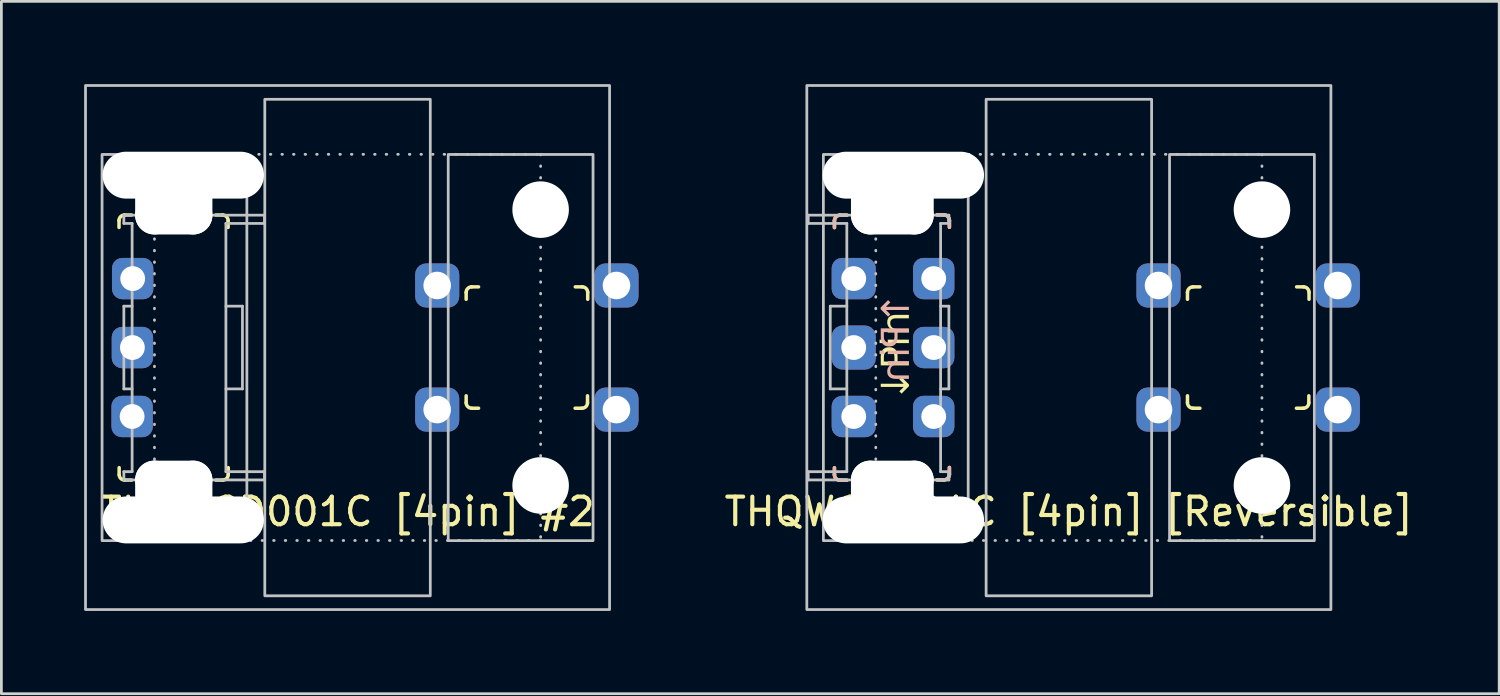
<source format=kicad_pcb>
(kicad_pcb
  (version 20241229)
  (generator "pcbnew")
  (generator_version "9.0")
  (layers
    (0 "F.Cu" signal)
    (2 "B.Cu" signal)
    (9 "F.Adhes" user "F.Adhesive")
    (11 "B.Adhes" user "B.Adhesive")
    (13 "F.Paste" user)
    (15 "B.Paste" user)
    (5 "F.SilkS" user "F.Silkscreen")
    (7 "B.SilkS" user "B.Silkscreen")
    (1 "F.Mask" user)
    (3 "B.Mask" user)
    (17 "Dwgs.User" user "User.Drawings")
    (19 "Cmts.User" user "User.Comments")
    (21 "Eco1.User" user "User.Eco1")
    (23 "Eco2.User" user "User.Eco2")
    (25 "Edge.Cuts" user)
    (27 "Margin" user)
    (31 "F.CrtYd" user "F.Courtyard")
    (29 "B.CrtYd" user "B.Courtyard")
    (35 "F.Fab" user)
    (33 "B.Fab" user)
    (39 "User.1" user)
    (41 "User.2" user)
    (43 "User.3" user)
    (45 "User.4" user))
  (footprint "THQWGD001C [4pin] [Reversible]"
    (layer "F.Cu")
    (at 35.701 9.55)
    (property "Reference" "THQWGD001C [4pin] [Reversible]" (at 0 5.95 0) (unlocked yes) (layer "F.SilkS") (effects (font (size 1 1) (thickness 0.15))))
    (attr through_hole)
    (fp_line (start -8.499 -4.599) (end -8.499 -4.349) (stroke (width 0.127) (type solid)) (layer "F.SilkS"))
    (fp_line (start -8.499 4.611) (end -8.499 4.361) (stroke (width 0.127) (type solid)) (layer "F.SilkS"))
    (fp_line (start -8.299 -4.799) (end -8.049 -4.799) (stroke (width 0.127) (type solid)) (layer "F.SilkS"))
    (fp_line (start -8.299 4.811) (end -8.049 4.811) (stroke (width 0.127) (type solid)) (layer "F.SilkS"))
    (fp_line (start -4.531 -4.811) (end -4.781 -4.811) (stroke (width 0.127) (type solid)) (layer "F.SilkS"))
    (fp_line (start -4.531 4.799) (end -4.781 4.799) (stroke (width 0.127) (type solid)) (layer "F.SilkS"))
    (fp_line (start -4.331 -4.611) (end -4.331 -4.361) (stroke (width 0.127) (type solid)) (layer "F.SilkS"))
    (fp_line (start -4.331 4.599) (end -4.331 4.349) (stroke (width 0.127) (type solid)) (layer "F.SilkS"))
    (fp_line (start 4.3 -2) (end 4.3 -1.75) (stroke (width 0.127) (type solid)) (layer "F.SilkS"))
    (fp_line (start 4.3 2) (end 4.3 1.75) (stroke (width 0.127) (type solid)) (layer "F.SilkS"))
    (fp_line (start 4.5 -2.2) (end 4.75 -2.2) (stroke (width 0.127) (type solid)) (layer "F.SilkS"))
    (fp_line (start 4.5 2.2) (end 4.75 2.2) (stroke (width 0.127) (type solid)) (layer "F.SilkS"))
    (fp_line (start 8.5 2.2) (end 8.25 2.2) (stroke (width 0.127) (type solid)) (layer "F.SilkS"))
    (fp_line (start 8.507 -2.2) (end 8.257 -2.2) (stroke (width 0.127) (type solid)) (layer "F.SilkS"))
    (fp_line (start 8.7 2) (end 8.7 1.75) (stroke (width 0.127) (type solid)) (layer "F.SilkS"))
    (fp_line (start 8.707 -2) (end 8.707 -1.75) (stroke (width 0.127) (type solid)) (layer "F.SilkS"))
    (fp_arc (start -8.498579 -4.598579) (mid -8.44 -4.74) (end -8.298579 -4.798579) (stroke (width 0.127) (type default)) (layer "F.SilkS"))
    (fp_arc (start -8.298579 4.811421) (mid -8.439999 4.752841) (end -8.498579 4.611421) (stroke (width 0.127) (type default)) (layer "F.SilkS"))
    (fp_arc (start -4.531421 -4.811421) (mid -4.390001 -4.752841) (end -4.331421 -4.611421) (stroke (width 0.127) (type default)) (layer "F.SilkS"))
    (fp_arc (start -4.331421 4.598579) (mid -4.39 4.74) (end -4.531421 4.798579) (stroke (width 0.127) (type default)) (layer "F.SilkS"))
    (fp_arc (start 4.3 -2) (mid 4.358579 -2.141421) (end 4.5 -2.2) (stroke (width 0.127) (type default)) (layer "F.SilkS"))
    (fp_arc (start 4.500001 2.199999) (mid 4.358579 2.141421) (end 4.300001 1.999999) (stroke (width 0.127) (type default)) (layer "F.SilkS"))
    (fp_arc (start 8.506904 -2.2) (mid 8.648324 -2.14142) (end 8.706904 -2) (stroke (width 0.127) (type default)) (layer "F.SilkS"))
    (fp_arc (start 8.7 2) (mid 8.641421 2.141421) (end 8.5 2.2) (stroke (width 0.127) (type default)) (layer "F.SilkS"))
    (fp_line (start -8.499 -4.349) (end -8.499 -4.599) (stroke (width 0.127) (type solid)) (layer "B.SilkS"))
    (fp_line (start -8.499 4.361) (end -8.499 4.611) (stroke (width 0.127) (type solid)) (layer "B.SilkS"))
    (fp_line (start -8.049 -4.799) (end -8.299 -4.799) (stroke (width 0.127) (type solid)) (layer "B.SilkS"))
    (fp_line (start -8.049 4.811) (end -8.299 4.811) (stroke (width 0.127) (type solid)) (layer "B.SilkS"))
    (fp_line (start -4.781 -4.811) (end -4.531 -4.811) (stroke (width 0.127) (type solid)) (layer "B.SilkS"))
    (fp_line (start -4.781 4.799) (end -4.531 4.799) (stroke (width 0.127) (type solid)) (layer "B.SilkS"))
    (fp_line (start -4.331 -4.361) (end -4.331 -4.611) (stroke (width 0.127) (type solid)) (layer "B.SilkS"))
    (fp_line (start -4.331 4.349) (end -4.331 4.599) (stroke (width 0.127) (type solid)) (layer "B.SilkS"))
    (fp_arc (start -8.498578 -4.59858) (mid -8.439998 -4.74) (end -8.298578 -4.79858) (stroke (width 0.127) (type default)) (layer "B.SilkS"))
    (fp_arc (start -8.298578 4.81142) (mid -8.439999 4.752841) (end -8.498578 4.61142) (stroke (width 0.127) (type default)) (layer "B.SilkS"))
    (fp_arc (start -4.531422 -4.81142) (mid -4.390001 -4.752841) (end -4.331422 -4.61142) (stroke (width 0.127) (type default)) (layer "B.SilkS"))
    (fp_arc (start -4.331422 4.59858) (mid -4.390002 4.74) (end -4.531422 4.79858) (stroke (width 0.127) (type default)) (layer "B.SilkS"))
    (fp_line (start -9.45 -4.5) (end -9.45 -4.8) (stroke (width 0.1) (type default)) (layer "Dwgs.User"))
    (fp_line (start -9.45 -4.5) (end -8.05 -4.5) (stroke (width 0.1) (type default)) (layer "Dwgs.User"))
    (fp_line (start -9.45 4.5) (end -8.05 4.5) (stroke (width 0.1) (type default)) (layer "Dwgs.User"))
    (fp_line (start -9.45 4.8) (end -9.45 4.5) (stroke (width 0.1) (type default)) (layer "Dwgs.User"))
    (fp_line (start -9.45 4.8) (end -4.35 4.8) (stroke (width 0.1) (type default)) (layer "Dwgs.User"))
    (fp_line (start -8.65 1.5) (end -8.65 -1.5) (stroke (width 0.1) (type default)) (layer "Dwgs.User"))
    (fp_line (start -8.05 -1.5) (end -8.65 -1.5) (stroke (width 0.1) (type default)) (layer "Dwgs.User"))
    (fp_line (start -8.05 1.5) (end -8.65 1.5) (stroke (width 0.1) (type default)) (layer "Dwgs.User"))
    (fp_line (start -8.05 4.5) (end -8.05 -4.5) (stroke (width 0.1) (type default)) (layer "Dwgs.User"))
    (fp_line (start -6.8 -5) (end -7.1 -5) (stroke (width 0.1) (type default)) (layer "Dwgs.User"))
    (fp_line (start -6.8 -5) (end -7.1 -5) (stroke (width 0.1) (type default)) (layer "Dwgs.User"))
    (fp_line (start -6.8 -4.7) (end -6.8 -5) (stroke (width 0.1) (type default)) (layer "Dwgs.User"))
    (fp_line (start -6.8 -4.7) (end -6.8 -5) (stroke (width 0.1) (type default)) (layer "Dwgs.User"))
    (fp_line (start -4.65 -1.5) (end -4.35 -1.5) (stroke (width 0.1) (type default)) (layer "Dwgs.User"))
    (fp_line (start -4.65 4.5) (end -4.65 -4.5) (stroke (width 0.1) (type default)) (layer "Dwgs.User"))
    (fp_line (start -4.35 -4.8) (end -9.45 -4.8) (stroke (width 0.1) (type default)) (layer "Dwgs.User"))
    (fp_line (start -4.35 -4.5) (end -4.65 -4.5) (stroke (width 0.1) (type default)) (layer "Dwgs.User"))
    (fp_line (start -4.35 -4.5) (end -4.35 -4.8) (stroke (width 0.1) (type default)) (layer "Dwgs.User"))
    (fp_line (start -4.35 1.5) (end -4.65 1.5) (stroke (width 0.1) (type default)) (layer "Dwgs.User"))
    (fp_line (start -4.35 1.5) (end -4.35 -1.5) (stroke (width 0.1) (type default)) (layer "Dwgs.User"))
    (fp_line (start -4.35 4.5) (end -4.65 4.5) (stroke (width 0.1) (type default)) (layer "Dwgs.User"))
    (fp_line (start -4.35 4.8) (end -4.35 4.5) (stroke (width 0.1) (type default)) (layer "Dwgs.User"))
    (fp_rect (start -9.5 -9.5) (end 9.5 9.5) (stroke (width 0.1) (type default)) (fill no) (layer "Dwgs.User"))
    (fp_rect (start -8.9 -7) (end -3.65 7) (stroke (width 0.1) (type default)) (fill no) (layer "Dwgs.User"))
    (fp_rect (start -7 -7.005) (end 7 6.995) (stroke (width 0.1) (type dot)) (fill no) (layer "Dwgs.User"))
    (fp_rect (start -3 -9) (end 3 9) (stroke (width 0.1) (type default)) (fill no) (layer "Dwgs.User"))
    (fp_rect (start 3.65 -7) (end 8.9 7) (stroke (width 0.1) (type default)) (fill no) (layer "Dwgs.User"))
    (fp_text user "↓Pin" (at -5.63 1.956 90) (unlocked yes) (layer "F.SilkS") (effects (font (face "ほにゃ字Re") (size 1 1) (thickness 0.1)) (justify left bottom)))
    (fp_text user "↑Pin" (at -5.63 -2.006 90) (unlocked yes) (layer "B.SilkS") (effects (font (face "ほにゃ字Re") (size 1 1) (thickness 0.1)) (justify left bottom mirror)))
    (pad "" np_thru_hole oval (at -7.2 -5.1 270) (size 2 1.4) (drill oval 2 1.4) (layers "*.Cu" "*.Mask"))
    (pad "" np_thru_hole oval (at -7.2 5.1 270) (size 2 1.4) (drill oval 2 1.4) (layers "*.Cu" "*.Mask"))
    (pad "" np_thru_hole oval (at -6.4 -4.8 180) (size 3 1.4) (drill oval 3 1.4) (layers "*.Cu" "*.Mask"))
    (pad "" np_thru_hole oval (at -6.4 4.8) (size 3 1.4) (drill oval 3 1.4) (layers "*.Cu" "*.Mask"))
    (pad "" np_thru_hole oval (at -6 -6.25 270) (size 1.7 5.85) (drill oval 1.7 5.85) (layers "*.Cu" "*.Mask"))
    (pad "" np_thru_hole oval (at -6 6.25 270) (size 1.7 5.85) (drill oval 1.7 5.85) (layers "*.Cu" "*.Mask"))
    (pad "" np_thru_hole oval (at -5.6 -5.1 270) (size 2 1.4) (drill oval 2 1.4) (layers "*.Cu" "*.Mask"))
    (pad "" np_thru_hole oval (at -5.6 5.1 270) (size 2 1.4) (drill oval 2 1.4) (layers "*.Cu" "*.Mask"))
    (pad "" np_thru_hole circle (at 7 -5) (size 2.05 2.05) (drill 2.05) (layers "*.Cu" "*.Mask"))
    (pad "" np_thru_hole circle (at 7 5) (size 2.05 2.05) (drill 2.05) (layers "*.Cu" "*.Mask"))
    (pad "1" thru_hole roundrect (at 3.25 -2.25) (size 1.6 1.6) (drill 1) (layers "*.Cu" "B.Mask") (roundrect_rratio 0.25))
    (pad "1" thru_hole roundrect (at 9.75 -2.25) (size 1.6 1.6) (drill 1) (layers "*.Cu" "B.Mask") (roundrect_rratio 0.25))
    (pad "2" thru_hole roundrect (at 3.25 2.25) (size 1.6 1.6) (drill 1) (layers "*.Cu" "B.Mask") (roundrect_rratio 0.25))
    (pad "2" thru_hole roundrect (at 9.75 2.25) (size 1.6 1.6) (drill 1) (layers "*.Cu" "B.Mask") (roundrect_rratio 0.25))
    (pad "A" thru_hole roundrect (at -7.8 2.5 90) (size 1.5 1.6) (drill 0.9) (layers "*.Cu" "F.Mask") (roundrect_rratio 0.25))
    (pad "A" thru_hole roundrect (at -4.9 2.5 90) (size 1.5 1.5) (drill 0.9) (layers "*.Cu" "B.Mask") (roundrect_rratio 0.25))
    (pad "B" thru_hole roundrect (at -7.8 0 90) (size 1.6 1.6) (drill 0.9) (layers "*.Cu" "F.Mask") (roundrect_rratio 0.25))
    (pad "B" thru_hole roundrect (at -4.9 0 90) (size 1.5 1.5) (drill 0.9) (layers "*.Cu" "B.Mask") (roundrect_rratio 0.25))
    (pad "C" thru_hole roundrect (at -7.8 -2.5 90) (size 1.5 1.6) (drill 0.9) (layers "*.Cu" "F.Mask") (roundrect_rratio 0.25))
    (pad "C" thru_hole roundrect (at -4.9 -2.5 90) (size 1.5 1.5) (drill 0.9) (layers "*.Cu" "B.Mask") (roundrect_rratio 0.25)))
  (footprint "THQWGD001C [4pin] #2"
    (layer "F.Cu")
    (at 9.55 9.55)
    (property "Reference" "THQWGD001C [4pin] #2" (at 0 5.95 0) (unlocked yes) (layer "F.SilkS") (effects (font (size 1 1) (thickness 0.15))))
    (attr through_hole)
    (fp_line (start -8.285 -4.605) (end -8.285 -4.355) (stroke (width 0.127) (type solid)) (layer "F.SilkS"))
    (fp_line (start -8.28 4.605) (end -8.28 4.355) (stroke (width 0.127) (type solid)) (layer "F.SilkS"))
    (fp_line (start -8.085 -4.805) (end -7.835 -4.805) (stroke (width 0.127) (type solid)) (layer "F.SilkS"))
    (fp_line (start -8.08 4.805) (end -7.83 4.805) (stroke (width 0.127) (type solid)) (layer "F.SilkS"))
    (fp_line (start -4.53 -4.805) (end -4.78 -4.805) (stroke (width 0.127) (type solid)) (layer "F.SilkS"))
    (fp_line (start -4.525 4.805) (end -4.775 4.805) (stroke (width 0.127) (type solid)) (layer "F.SilkS"))
    (fp_line (start -4.33 -4.605) (end -4.33 -4.355) (stroke (width 0.127) (type solid)) (layer "F.SilkS"))
    (fp_line (start -4.325 4.605) (end -4.325 4.355) (stroke (width 0.127) (type solid)) (layer "F.SilkS"))
    (fp_line (start 4.3 -2) (end 4.3 -1.75) (stroke (width 0.127) (type solid)) (layer "F.SilkS"))
    (fp_line (start 4.3 2) (end 4.3 1.75) (stroke (width 0.127) (type solid)) (layer "F.SilkS"))
    (fp_line (start 4.5 -2.2) (end 4.75 -2.2) (stroke (width 0.127) (type solid)) (layer "F.SilkS"))
    (fp_line (start 4.5 2.2) (end 4.75 2.2) (stroke (width 0.127) (type solid)) (layer "F.SilkS"))
    (fp_line (start 8.5 2.2) (end 8.25 2.2) (stroke (width 0.127) (type solid)) (layer "F.SilkS"))
    (fp_line (start 8.507 -2.2) (end 8.257 -2.2) (stroke (width 0.127) (type solid)) (layer "F.SilkS"))
    (fp_line (start 8.7 2) (end 8.7 1.75) (stroke (width 0.127) (type solid)) (layer "F.SilkS"))
    (fp_line (start 8.707 -2) (end 8.707 -1.75) (stroke (width 0.127) (type solid)) (layer "F.SilkS"))
    (fp_arc (start -8.285 -4.605) (mid -8.226421 -4.746421) (end -8.085 -4.805) (stroke (width 0.127) (type default)) (layer "F.SilkS"))
    (fp_arc (start -8.08 4.805) (mid -8.22142 4.74642) (end -8.28 4.605) (stroke (width 0.127) (type default)) (layer "F.SilkS"))
    (fp_arc (start -4.53 -4.805) (mid -4.38858 -4.74642) (end -4.33 -4.605) (stroke (width 0.127) (type default)) (layer "F.SilkS"))
    (fp_arc (start -4.325 4.605) (mid -4.383579 4.746421) (end -4.525 4.805) (stroke (width 0.127) (type default)) (layer "F.SilkS"))
    (fp_arc (start 4.3 -2) (mid 4.358579 -2.141421) (end 4.5 -2.2) (stroke (width 0.127) (type default)) (layer "F.SilkS"))
    (fp_arc (start 4.500001 2.199999) (mid 4.358579 2.141421) (end 4.300001 1.999999) (stroke (width 0.127) (type default)) (layer "F.SilkS"))
    (fp_arc (start 8.506904 -2.2) (mid 8.648324 -2.14142) (end 8.706904 -2) (stroke (width 0.127) (type default)) (layer "F.SilkS"))
    (fp_arc (start 8.7 2) (mid 8.641421 2.141421) (end 8.5 2.2) (stroke (width 0.127) (type default)) (layer "F.SilkS"))
    (fp_line (start -8.11 -4.8) (end -8.11 -4.5) (stroke (width 0.1) (type default)) (layer "Dwgs.User"))
    (fp_line (start -8.11 -4.5) (end -7.81 -4.5) (stroke (width 0.1) (type default)) (layer "Dwgs.User"))
    (fp_line (start -8.11 -1.5) (end -8.11 1.5) (stroke (width 0.1) (type default)) (layer "Dwgs.User"))
    (fp_line (start -8.11 -1.5) (end -7.81 -1.5) (stroke (width 0.1) (type default)) (layer "Dwgs.User"))
    (fp_line (start -8.11 4.5) (end -8.11 4.8) (stroke (width 0.1) (type default)) (layer "Dwgs.User"))
    (fp_line (start -8.11 4.5) (end -7.81 4.5) (stroke (width 0.1) (type default)) (layer "Dwgs.User"))
    (fp_line (start -8.11 4.8) (end -3.01 4.8) (stroke (width 0.1) (type default)) (layer "Dwgs.User"))
    (fp_line (start -7.81 -4.5) (end -7.81 4.5) (stroke (width 0.1) (type default)) (layer "Dwgs.User"))
    (fp_line (start -7.81 1.5) (end -8.11 1.5) (stroke (width 0.1) (type default)) (layer "Dwgs.User"))
    (fp_line (start -4.41 -4.5) (end -4.41 4.5) (stroke (width 0.1) (type default)) (layer "Dwgs.User"))
    (fp_line (start -4.41 -1.5) (end -3.81 -1.5) (stroke (width 0.1) (type default)) (layer "Dwgs.User"))
    (fp_line (start -4.41 1.5) (end -3.81 1.5) (stroke (width 0.1) (type default)) (layer "Dwgs.User"))
    (fp_line (start -3.81 -1.5) (end -3.81 1.5) (stroke (width 0.1) (type default)) (layer "Dwgs.User"))
    (fp_line (start -3.01 -4.8) (end -8.11 -4.8) (stroke (width 0.1) (type default)) (layer "Dwgs.User"))
    (fp_line (start -3.01 -4.8) (end -3.01 -4.5) (stroke (width 0.1) (type default)) (layer "Dwgs.User"))
    (fp_line (start -3.01 -4.5) (end -4.41 -4.5) (stroke (width 0.1) (type default)) (layer "Dwgs.User"))
    (fp_line (start -3.01 4.5) (end -4.41 4.5) (stroke (width 0.1) (type default)) (layer "Dwgs.User"))
    (fp_line (start -3.01 4.5) (end -3.01 4.8) (stroke (width 0.1) (type default)) (layer "Dwgs.User"))
    (fp_rect (start -9.5 -9.5) (end 9.5 9.5) (stroke (width 0.1) (type default)) (fill no) (layer "Dwgs.User"))
    (fp_rect (start -8.9 -7) (end -3.65 7) (stroke (width 0.1) (type default)) (fill no) (layer "Dwgs.User"))
    (fp_rect (start -7 -7.005) (end 7 6.995) (stroke (width 0.1) (type dot)) (fill no) (layer "Dwgs.User"))
    (fp_rect (start -3 -9) (end 3 9) (stroke (width 0.1) (type default)) (fill no) (layer "Dwgs.User"))
    (fp_rect (start 3.65 -7) (end 8.9 7) (stroke (width 0.1) (type default)) (fill no) (layer "Dwgs.User"))
    (pad "" np_thru_hole oval (at -7 -5.1 270) (size 2 1.4) (drill oval 2 1.4) (layers "*.Cu" "*.Mask"))
    (pad "" np_thru_hole oval (at -7 5.1 270) (size 2 1.4) (drill oval 2 1.4) (layers "*.Cu" "*.Mask"))
    (pad "" np_thru_hole oval (at -6.3 -4.8 180) (size 2.8 1.4) (drill oval 2.8 1.4) (layers "*.Cu" "*.Mask"))
    (pad "" np_thru_hole oval (at -6.3 4.8) (size 2.8 1.4) (drill oval 2.8 1.4) (layers "*.Cu" "*.Mask"))
    (pad "" np_thru_hole oval (at -5.955 -6.25 270) (size 1.7 5.85) (drill oval 1.7 5.85) (layers "*.Cu" "*.Mask"))
    (pad "" np_thru_hole oval (at -5.955 6.25 270) (size 1.7 5.85) (drill oval 1.7 5.85) (layers "*.Cu" "*.Mask"))
    (pad "" np_thru_hole oval (at -5.6 -5.1 270) (size 2 1.4) (drill oval 2 1.4) (layers "*.Cu" "*.Mask"))
    (pad "" np_thru_hole oval (at -5.6 5.1 270) (size 2 1.4) (drill oval 2 1.4) (layers "*.Cu" "*.Mask"))
    (pad "" np_thru_hole circle (at 7 -5) (size 2.05 2.05) (drill 2.05) (layers "*.Cu" "*.Mask"))
    (pad "" np_thru_hole circle (at 7 5) (size 2.05 2.05) (drill 2.05) (layers "*.Cu" "*.Mask"))
    (pad "1" thru_hole roundrect (at 3.25 -2.25) (size 1.6 1.6) (drill 1) (layers "*.Cu" "B.Mask") (roundrect_rratio 0.25))
    (pad "1" thru_hole roundrect (at 9.75 -2.25) (size 1.6 1.6) (drill 1) (layers "*.Cu" "B.Mask") (roundrect_rratio 0.25))
    (pad "2" thru_hole roundrect (at 3.25 2.25) (size 1.6 1.6) (drill 1) (layers "*.Cu" "B.Mask") (roundrect_rratio 0.25))
    (pad "2" thru_hole roundrect (at 9.75 2.25) (size 1.6 1.6) (drill 1) (layers "*.Cu" "B.Mask") (roundrect_rratio 0.25))
    (pad "A" thru_hole roundrect (at -7.79 -2.5 90) (size 1.5 1.5) (drill 0.9) (layers "*.Cu" "B.Mask") (roundrect_rratio 0.25))
    (pad "B" thru_hole roundrect (at -7.8 0 90) (size 1.5 1.5) (drill 0.9) (layers "*.Cu" "B.Mask") (roundrect_rratio 0.25))
    (pad "C" thru_hole roundrect (at -7.81 2.5 90) (size 1.5 1.5) (drill 0.9) (layers "*.Cu" "B.Mask") (roundrect_rratio 0.25)))
  (gr_rect
    (start -3 -3)
    (end 51.302 22.1)
    (stroke (width 0.1) (type default))
    (fill no)
    (layer "Edge.Cuts")))
</source>
